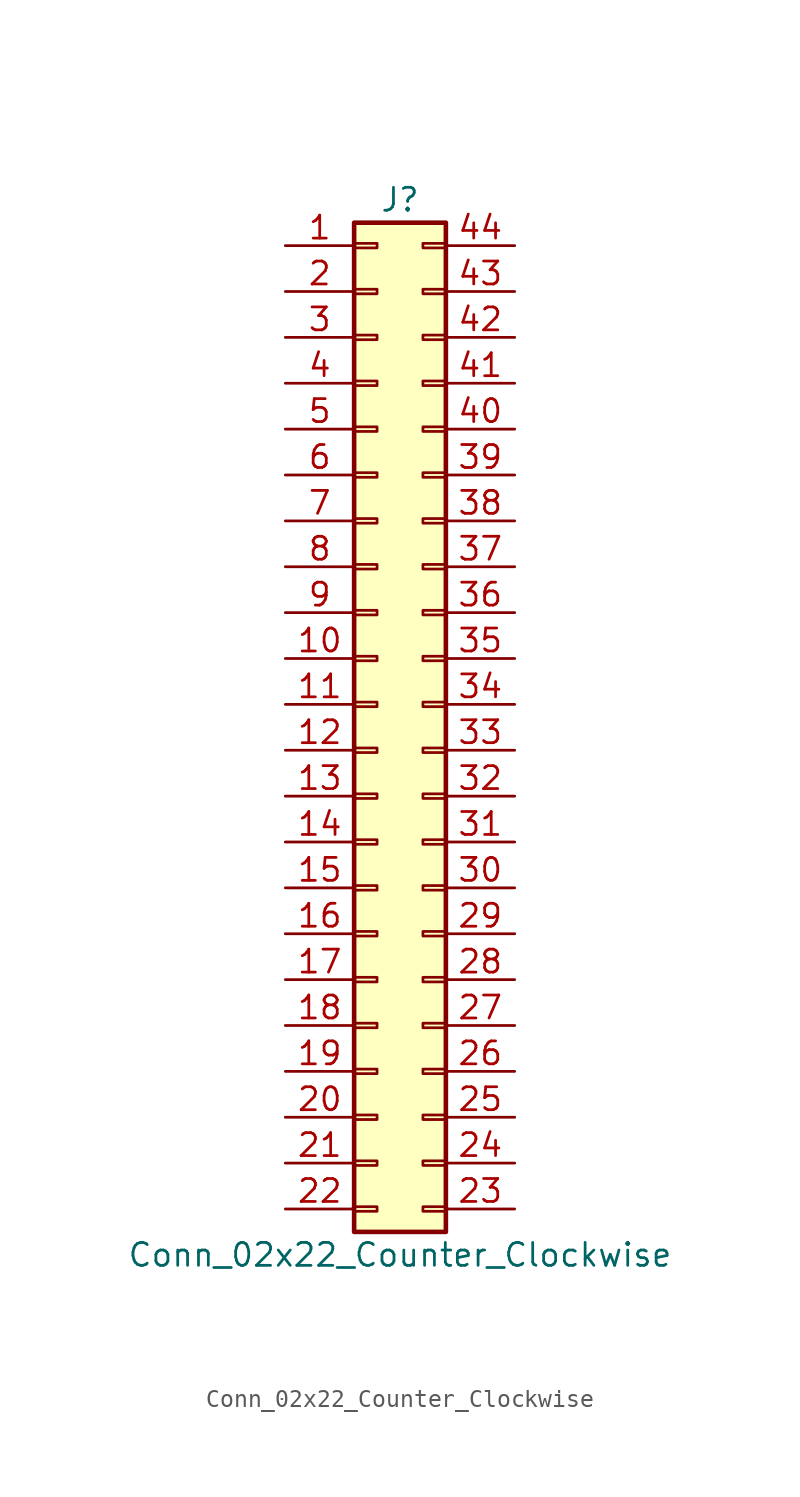
<source format=kicad_sym>
(kicad_symbol_lib
  (version 20211014)
  (generator kicad_symbol_editor)
  (symbol "Conn_02x22_Counter_Clockwise"
    (pin_names
      (offset 1.016) hide)
    (property "Reference" "J"
      (at 1.27 27.94 0)
      (effects (font (size 1.27 1.27))))
    (property "Value" "Conn_02x22_Counter_Clockwise"
      (at 1.27 -30.48 0)
      (effects (font (size 1.27 1.27))))
    (symbol "Conn_02x22_Counter_Clockwise_1_1"
      (rectangle (start -1.27 -27.813) (end 0 -28.067) (stroke (width 0.152) (type default) (color 0 0 0 0)) (fill (type none)))
      (rectangle (start -1.27 -25.273) (end 0 -25.527) (stroke (width 0.152) (type default) (color 0 0 0 0)) (fill (type none)))
      (rectangle (start -1.27 -22.733) (end 0 -22.987) (stroke (width 0.152) (type default) (color 0 0 0 0)) (fill (type none)))
      (rectangle (start -1.27 -20.193) (end 0 -20.447) (stroke (width 0.152) (type default) (color 0 0 0 0)) (fill (type none)))
      (rectangle (start -1.27 -17.653) (end 0 -17.907) (stroke (width 0.152) (type default) (color 0 0 0 0)) (fill (type none)))
      (rectangle (start -1.27 -15.113) (end 0 -15.367) (stroke (width 0.152) (type default) (color 0 0 0 0)) (fill (type none)))
      (rectangle (start -1.27 -12.573) (end 0 -12.827) (stroke (width 0.152) (type default) (color 0 0 0 0)) (fill (type none)))
      (rectangle (start -1.27 -10.033) (end 0 -10.287) (stroke (width 0.152) (type default) (color 0 0 0 0)) (fill (type none)))
      (rectangle (start -1.27 -7.493) (end 0 -7.747) (stroke (width 0.152) (type default) (color 0 0 0 0)) (fill (type none)))
      (rectangle (start -1.27 -4.953) (end 0 -5.207) (stroke (width 0.152) (type default) (color 0 0 0 0)) (fill (type none)))
      (rectangle (start -1.27 -2.413) (end 0 -2.667) (stroke (width 0.152) (type default) (color 0 0 0 0)) (fill (type none)))
      (rectangle (start -1.27 0.127) (end 0 -0.127) (stroke (width 0.152) (type default) (color 0 0 0 0)) (fill (type none)))
      (rectangle (start -1.27 2.667) (end 0 2.413) (stroke (width 0.152) (type default) (color 0 0 0 0)) (fill (type none)))
      (rectangle (start -1.27 5.207) (end 0 4.953) (stroke (width 0.152) (type default) (color 0 0 0 0)) (fill (type none)))
      (rectangle (start -1.27 7.747) (end 0 7.493) (stroke (width 0.152) (type default) (color 0 0 0 0)) (fill (type none)))
      (rectangle (start -1.27 10.287) (end 0 10.033) (stroke (width 0.152) (type default) (color 0 0 0 0)) (fill (type none)))
      (rectangle (start -1.27 12.827) (end 0 12.573) (stroke (width 0.152) (type default) (color 0 0 0 0)) (fill (type none)))
      (rectangle (start -1.27 15.367) (end 0 15.113) (stroke (width 0.152) (type default) (color 0 0 0 0)) (fill (type none)))
      (rectangle (start -1.27 17.907) (end 0 17.653) (stroke (width 0.152) (type default) (color 0 0 0 0)) (fill (type none)))
      (rectangle (start -1.27 20.447) (end 0 20.193) (stroke (width 0.152) (type default) (color 0 0 0 0)) (fill (type none)))
      (rectangle (start -1.27 22.987) (end 0 22.733) (stroke (width 0.152) (type default) (color 0 0 0 0)) (fill (type none)))
      (rectangle (start -1.27 25.527) (end 0 25.273) (stroke (width 0.152) (type default) (color 0 0 0 0)) (fill (type none)))
      (rectangle (start -1.27 26.67) (end 3.81 -29.21) (stroke (width 0.254) (type default) (color 0 0 0 0)) (fill (type background)))
      (rectangle (start 3.81 -27.813) (end 2.54 -28.067) (stroke (width 0.152) (type default) (color 0 0 0 0)) (fill (type none)))
      (rectangle (start 3.81 -25.273) (end 2.54 -25.527) (stroke (width 0.152) (type default) (color 0 0 0 0)) (fill (type none)))
      (rectangle (start 3.81 -22.733) (end 2.54 -22.987) (stroke (width 0.152) (type default) (color 0 0 0 0)) (fill (type none)))
      (rectangle (start 3.81 -20.193) (end 2.54 -20.447) (stroke (width 0.152) (type default) (color 0 0 0 0)) (fill (type none)))
      (rectangle (start 3.81 -17.653) (end 2.54 -17.907) (stroke (width 0.152) (type default) (color 0 0 0 0)) (fill (type none)))
      (rectangle (start 3.81 -15.113) (end 2.54 -15.367) (stroke (width 0.152) (type default) (color 0 0 0 0)) (fill (type none)))
      (rectangle (start 3.81 -12.573) (end 2.54 -12.827) (stroke (width 0.152) (type default) (color 0 0 0 0)) (fill (type none)))
      (rectangle (start 3.81 -10.033) (end 2.54 -10.287) (stroke (width 0.152) (type default) (color 0 0 0 0)) (fill (type none)))
      (rectangle (start 3.81 -7.493) (end 2.54 -7.747) (stroke (width 0.152) (type default) (color 0 0 0 0)) (fill (type none)))
      (rectangle (start 3.81 -4.953) (end 2.54 -5.207) (stroke (width 0.152) (type default) (color 0 0 0 0)) (fill (type none)))
      (rectangle (start 3.81 -2.413) (end 2.54 -2.667) (stroke (width 0.152) (type default) (color 0 0 0 0)) (fill (type none)))
      (rectangle (start 3.81 0.127) (end 2.54 -0.127) (stroke (width 0.152) (type default) (color 0 0 0 0)) (fill (type none)))
      (rectangle (start 3.81 2.667) (end 2.54 2.413) (stroke (width 0.152) (type default) (color 0 0 0 0)) (fill (type none)))
      (rectangle (start 3.81 5.207) (end 2.54 4.953) (stroke (width 0.152) (type default) (color 0 0 0 0)) (fill (type none)))
      (rectangle (start 3.81 7.747) (end 2.54 7.493) (stroke (width 0.152) (type default) (color 0 0 0 0)) (fill (type none)))
      (rectangle (start 3.81 10.287) (end 2.54 10.033) (stroke (width 0.152) (type default) (color 0 0 0 0)) (fill (type none)))
      (rectangle (start 3.81 12.827) (end 2.54 12.573) (stroke (width 0.152) (type default) (color 0 0 0 0)) (fill (type none)))
      (rectangle (start 3.81 15.367) (end 2.54 15.113) (stroke (width 0.152) (type default) (color 0 0 0 0)) (fill (type none)))
      (rectangle (start 3.81 17.907) (end 2.54 17.653) (stroke (width 0.152) (type default) (color 0 0 0 0)) (fill (type none)))
      (rectangle (start 3.81 20.447) (end 2.54 20.193) (stroke (width 0.152) (type default) (color 0 0 0 0)) (fill (type none)))
      (rectangle (start 3.81 22.987) (end 2.54 22.733) (stroke (width 0.152) (type default) (color 0 0 0 0)) (fill (type none)))
      (rectangle (start 3.81 25.527) (end 2.54 25.273) (stroke (width 0.152) (type default) (color 0 0 0 0)) (fill (type none)))
      (pin passive line (at -5.08 25.4 0) (length 3.81) (name "Pin_1" (effects (font (size 1.27 1.27)))) (number "1" (effects (font (size 1.27 1.27)))))
      (pin passive line (at -5.08 2.54 0) (length 3.81) (name "Pin_10" (effects (font (size 1.27 1.27)))) (number "10" (effects (font (size 1.27 1.27)))))
      (pin passive line (at -5.08 0 0) (length 3.81) (name "Pin_11" (effects (font (size 1.27 1.27)))) (number "11" (effects (font (size 1.27 1.27)))))
      (pin passive line (at -5.08 -2.54 0) (length 3.81) (name "Pin_12" (effects (font (size 1.27 1.27)))) (number "12" (effects (font (size 1.27 1.27)))))
      (pin passive line (at -5.08 -5.08 0) (length 3.81) (name "Pin_13" (effects (font (size 1.27 1.27)))) (number "13" (effects (font (size 1.27 1.27)))))
      (pin passive line (at -5.08 -7.62 0) (length 3.81) (name "Pin_14" (effects (font (size 1.27 1.27)))) (number "14" (effects (font (size 1.27 1.27)))))
      (pin passive line (at -5.08 -10.16 0) (length 3.81) (name "Pin_15" (effects (font (size 1.27 1.27)))) (number "15" (effects (font (size 1.27 1.27)))))
      (pin passive line (at -5.08 -12.7 0) (length 3.81) (name "Pin_16" (effects (font (size 1.27 1.27)))) (number "16" (effects (font (size 1.27 1.27)))))
      (pin passive line (at -5.08 -15.24 0) (length 3.81) (name "Pin_17" (effects (font (size 1.27 1.27)))) (number "17" (effects (font (size 1.27 1.27)))))
      (pin passive line (at -5.08 -17.78 0) (length 3.81) (name "Pin_18" (effects (font (size 1.27 1.27)))) (number "18" (effects (font (size 1.27 1.27)))))
      (pin passive line (at -5.08 -20.32 0) (length 3.81) (name "Pin_19" (effects (font (size 1.27 1.27)))) (number "19" (effects (font (size 1.27 1.27)))))
      (pin passive line (at -5.08 22.86 0) (length 3.81) (name "Pin_2" (effects (font (size 1.27 1.27)))) (number "2" (effects (font (size 1.27 1.27)))))
      (pin passive line (at -5.08 -22.86 0) (length 3.81) (name "Pin_20" (effects (font (size 1.27 1.27)))) (number "20" (effects (font (size 1.27 1.27)))))
      (pin passive line (at -5.08 -25.4 0) (length 3.81) (name "Pin_21" (effects (font (size 1.27 1.27)))) (number "21" (effects (font (size 1.27 1.27)))))
      (pin passive line (at -5.08 -27.94 0) (length 3.81) (name "Pin_22" (effects (font (size 1.27 1.27)))) (number "22" (effects (font (size 1.27 1.27)))))
      (pin passive line (at 7.62 -27.94 180) (length 3.81) (name "Pin_23" (effects (font (size 1.27 1.27)))) (number "23" (effects (font (size 1.27 1.27)))))
      (pin passive line (at 7.62 -25.4 180) (length 3.81) (name "Pin_24" (effects (font (size 1.27 1.27)))) (number "24" (effects (font (size 1.27 1.27)))))
      (pin passive line (at 7.62 -22.86 180) (length 3.81) (name "Pin_25" (effects (font (size 1.27 1.27)))) (number "25" (effects (font (size 1.27 1.27)))))
      (pin passive line (at 7.62 -20.32 180) (length 3.81) (name "Pin_26" (effects (font (size 1.27 1.27)))) (number "26" (effects (font (size 1.27 1.27)))))
      (pin passive line (at 7.62 -17.78 180) (length 3.81) (name "Pin_27" (effects (font (size 1.27 1.27)))) (number "27" (effects (font (size 1.27 1.27)))))
      (pin passive line (at 7.62 -15.24 180) (length 3.81) (name "Pin_28" (effects (font (size 1.27 1.27)))) (number "28" (effects (font (size 1.27 1.27)))))
      (pin passive line (at 7.62 -12.7 180) (length 3.81) (name "Pin_29" (effects (font (size 1.27 1.27)))) (number "29" (effects (font (size 1.27 1.27)))))
      (pin passive line (at -5.08 20.32 0) (length 3.81) (name "Pin_3" (effects (font (size 1.27 1.27)))) (number "3" (effects (font (size 1.27 1.27)))))
      (pin passive line (at 7.62 -10.16 180) (length 3.81) (name "Pin_30" (effects (font (size 1.27 1.27)))) (number "30" (effects (font (size 1.27 1.27)))))
      (pin passive line (at 7.62 -7.62 180) (length 3.81) (name "Pin_31" (effects (font (size 1.27 1.27)))) (number "31" (effects (font (size 1.27 1.27)))))
      (pin passive line (at 7.62 -5.08 180) (length 3.81) (name "Pin_32" (effects (font (size 1.27 1.27)))) (number "32" (effects (font (size 1.27 1.27)))))
      (pin passive line (at 7.62 -2.54 180) (length 3.81) (name "Pin_33" (effects (font (size 1.27 1.27)))) (number "33" (effects (font (size 1.27 1.27)))))
      (pin passive line (at 7.62 0 180) (length 3.81) (name "Pin_34" (effects (font (size 1.27 1.27)))) (number "34" (effects (font (size 1.27 1.27)))))
      (pin passive line (at 7.62 2.54 180) (length 3.81) (name "Pin_35" (effects (font (size 1.27 1.27)))) (number "35" (effects (font (size 1.27 1.27)))))
      (pin passive line (at 7.62 5.08 180) (length 3.81) (name "Pin_36" (effects (font (size 1.27 1.27)))) (number "36" (effects (font (size 1.27 1.27)))))
      (pin passive line (at 7.62 7.62 180) (length 3.81) (name "Pin_37" (effects (font (size 1.27 1.27)))) (number "37" (effects (font (size 1.27 1.27)))))
      (pin passive line (at 7.62 10.16 180) (length 3.81) (name "Pin_38" (effects (font (size 1.27 1.27)))) (number "38" (effects (font (size 1.27 1.27)))))
      (pin passive line (at 7.62 12.7 180) (length 3.81) (name "Pin_39" (effects (font (size 1.27 1.27)))) (number "39" (effects (font (size 1.27 1.27)))))
      (pin passive line (at -5.08 17.78 0) (length 3.81) (name "Pin_4" (effects (font (size 1.27 1.27)))) (number "4" (effects (font (size 1.27 1.27)))))
      (pin passive line (at 7.62 15.24 180) (length 3.81) (name "Pin_40" (effects (font (size 1.27 1.27)))) (number "40" (effects (font (size 1.27 1.27)))))
      (pin passive line (at 7.62 17.78 180) (length 3.81) (name "Pin_41" (effects (font (size 1.27 1.27)))) (number "41" (effects (font (size 1.27 1.27)))))
      (pin passive line (at 7.62 20.32 180) (length 3.81) (name "Pin_42" (effects (font (size 1.27 1.27)))) (number "42" (effects (font (size 1.27 1.27)))))
      (pin passive line (at 7.62 22.86 180) (length 3.81) (name "Pin_43" (effects (font (size 1.27 1.27)))) (number "43" (effects (font (size 1.27 1.27)))))
      (pin passive line (at 7.62 25.4 180) (length 3.81) (name "Pin_44" (effects (font (size 1.27 1.27)))) (number "44" (effects (font (size 1.27 1.27)))))
      (pin passive line (at -5.08 15.24 0) (length 3.81) (name "Pin_5" (effects (font (size 1.27 1.27)))) (number "5" (effects (font (size 1.27 1.27)))))
      (pin passive line (at -5.08 12.7 0) (length 3.81) (name "Pin_6" (effects (font (size 1.27 1.27)))) (number "6" (effects (font (size 1.27 1.27)))))
      (pin passive line (at -5.08 10.16 0) (length 3.81) (name "Pin_7" (effects (font (size 1.27 1.27)))) (number "7" (effects (font (size 1.27 1.27)))))
      (pin passive line (at -5.08 7.62 0) (length 3.81) (name "Pin_8" (effects (font (size 1.27 1.27)))) (number "8" (effects (font (size 1.27 1.27)))))
      (pin passive line (at -5.08 5.08 0) (length 3.81) (name "Pin_9" (effects (font (size 1.27 1.27)))) (number "9" (effects (font (size 1.27 1.27))))))))
</source>
